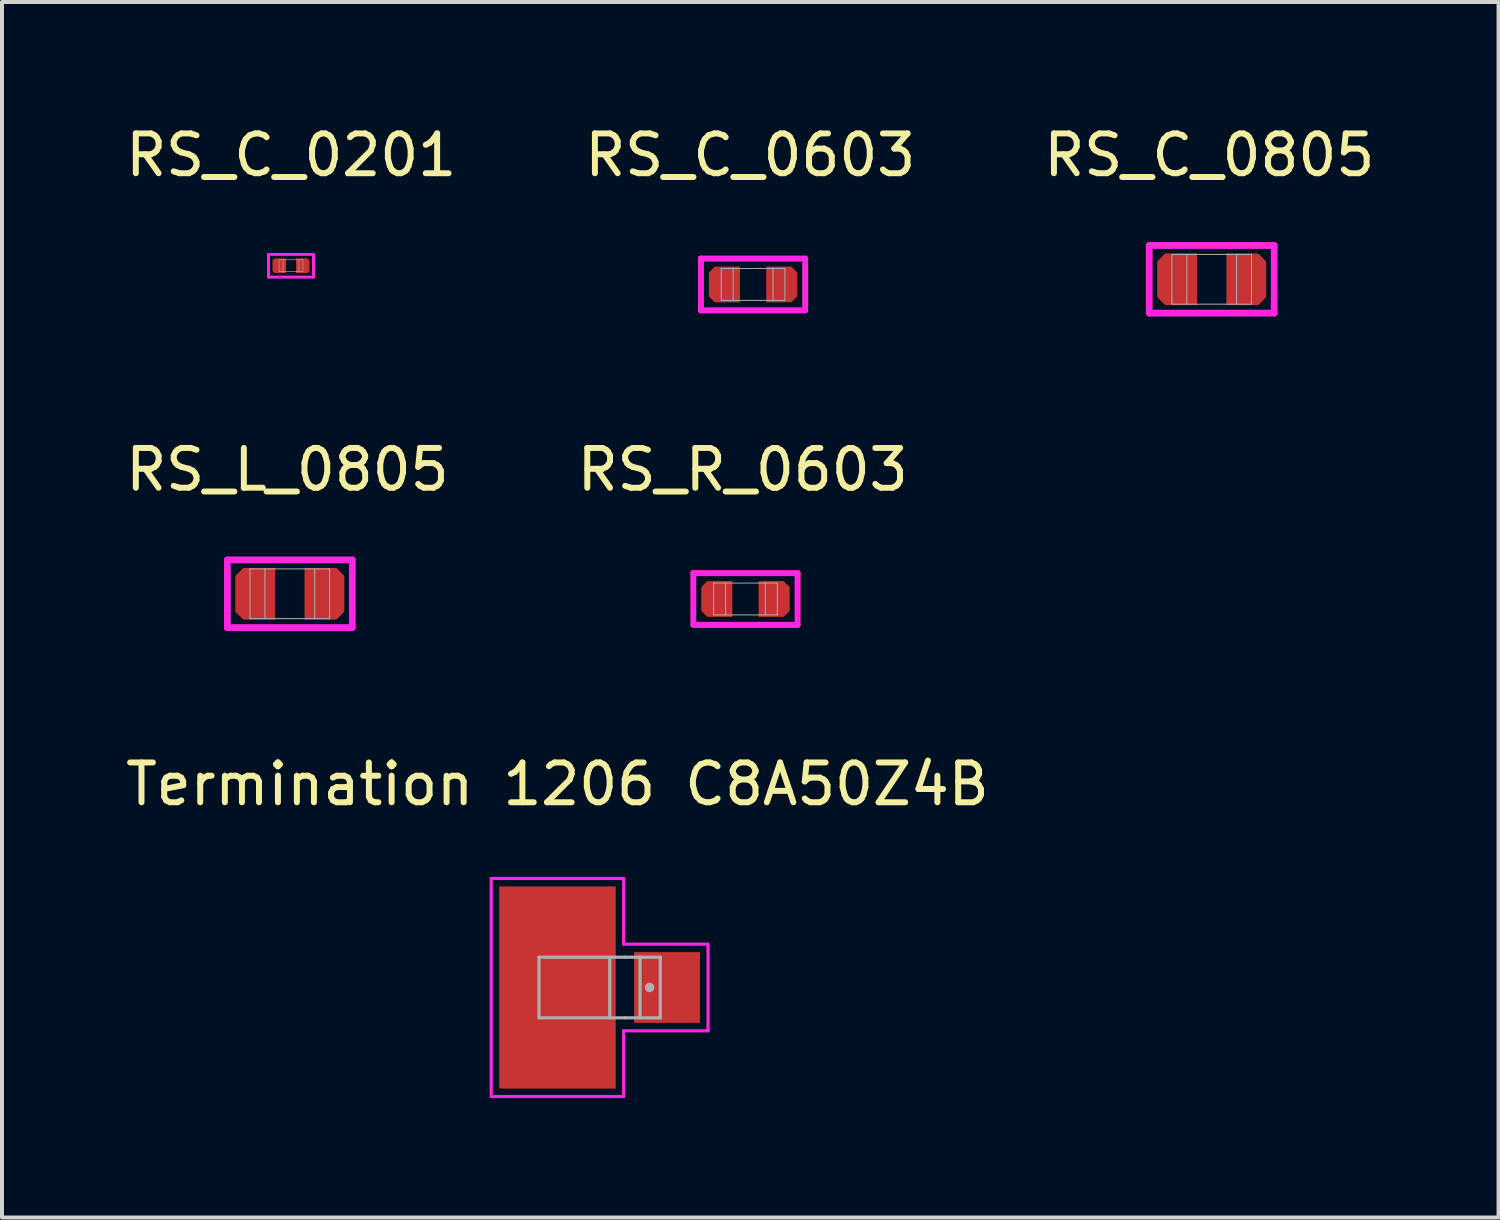
<source format=kicad_pcb>
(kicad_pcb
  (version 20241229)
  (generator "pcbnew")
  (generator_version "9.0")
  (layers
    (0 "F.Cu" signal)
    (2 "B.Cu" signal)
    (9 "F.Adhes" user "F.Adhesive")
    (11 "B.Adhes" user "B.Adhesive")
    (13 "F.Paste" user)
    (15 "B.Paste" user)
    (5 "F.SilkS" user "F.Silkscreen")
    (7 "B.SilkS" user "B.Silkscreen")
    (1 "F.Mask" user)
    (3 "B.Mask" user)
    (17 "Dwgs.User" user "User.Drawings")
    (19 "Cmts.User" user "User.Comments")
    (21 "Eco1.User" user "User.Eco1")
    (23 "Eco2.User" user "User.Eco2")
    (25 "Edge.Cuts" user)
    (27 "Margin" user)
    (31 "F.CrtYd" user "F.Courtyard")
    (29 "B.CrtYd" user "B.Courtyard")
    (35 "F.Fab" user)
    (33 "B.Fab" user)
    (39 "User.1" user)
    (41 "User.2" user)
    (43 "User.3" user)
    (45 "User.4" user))
  (footprint "RS_R_0603"
    (layer "F.Cu")
    (at 14.963 12.002)
    (property "Reference" "RS_R_0603" (at 0.65 -3.25 0) (layer "F.SilkS") (effects (font (size 1 1) (thickness 0.15))))
    (attr through_hole)
    (fp_line (start -0.59 -0.65) (end 2.03 -0.65) (stroke (width 0.15) (type solid)) (layer "F.CrtYd"))
    (fp_line (start -0.59 0.65) (end -0.59 -0.65) (stroke (width 0.15) (type solid)) (layer "F.CrtYd"))
    (fp_line (start 2.03 -0.65) (end 2.03 0.65) (stroke (width 0.15) (type solid)) (layer "F.CrtYd"))
    (fp_line (start 2.03 0.65) (end -0.59 0.65) (stroke (width 0.15) (type solid)) (layer "F.CrtYd"))
    (fp_line (start -0.08 -0.4) (end -0.08 0.4) (stroke (width 0.025) (type solid)) (layer "F.Fab"))
    (fp_line (start -0.08 0.4) (end 1.52 0.4) (stroke (width 0.025) (type solid)) (layer "F.Fab"))
    (fp_line (start 0.22 -0.4) (end 0.22 0.4) (stroke (width 0.025) (type solid)) (layer "F.Fab"))
    (fp_line (start 1.22 0.4) (end 1.22 -0.4) (stroke (width 0.025) (type solid)) (layer "F.Fab"))
    (fp_line (start 1.52 -0.4) (end -0.08 -0.4) (stroke (width 0.025) (type solid)) (layer "F.Fab"))
    (fp_line (start 1.52 0.4) (end 1.52 -0.4) (stroke (width 0.025) (type solid)) (layer "F.Fab"))
    (pad "1" smd custom (at 0 0) (size 0.4 0.4) (layers "F.Cu" "F.Mask" "F.Paste") (options (anchor rect)) (primitives (gr_poly (pts (xy 0.39 -0.45) (xy 0.39 0.45) (xy -0.24 0.45) (xy -0.39 0.3) (xy -0.39 -0.3) (xy -0.24 -0.45)) (width 0) (fill yes))))
    (pad "2" smd custom (at 1.44 0 180) (size 0.4 0.4) (layers "F.Cu" "F.Mask" "F.Paste") (options (anchor rect)) (primitives (gr_poly (pts (xy 0.39 -0.45) (xy 0.39 0.45) (xy -0.24 0.45) (xy -0.39 0.3) (xy -0.39 -0.3) (xy -0.24 -0.45)) (width 0) (fill yes)))))
  (footprint "RS_L_0805"
    (layer "F.Cu")
    (at 3.363 11.871)
    (property "Reference" "RS_L_0805" (at 0.81 -3.12 0) (layer "F.SilkS") (effects (font (size 1 1) (thickness 0.15))))
    (attr through_hole)
    (fp_line (start -0.7 -0.85) (end 2.44 -0.85) (stroke (width 0.17) (type solid)) (layer "F.CrtYd"))
    (fp_line (start -0.7 0.85) (end -0.7 -0.85) (stroke (width 0.17) (type solid)) (layer "F.CrtYd"))
    (fp_line (start 2.44 -0.85) (end 2.44 0.85) (stroke (width 0.17) (type solid)) (layer "F.CrtYd"))
    (fp_line (start 2.44 0.85) (end -0.7 0.85) (stroke (width 0.17) (type solid)) (layer "F.CrtYd"))
    (fp_line (start -0.13 -0.625) (end -0.13 0.625) (stroke (width 0.025) (type solid)) (layer "F.Fab"))
    (fp_line (start -0.13 0.625) (end 1.87 0.625) (stroke (width 0.025) (type solid)) (layer "F.Fab"))
    (fp_line (start 0.245 -0.625) (end 0.245 0.625) (stroke (width 0.025) (type solid)) (layer "F.Fab"))
    (fp_line (start 1.495 -0.625) (end 1.495 0.625) (stroke (width 0.025) (type solid)) (layer "F.Fab"))
    (fp_line (start 1.87 -0.625) (end -0.13 -0.625) (stroke (width 0.025) (type solid)) (layer "F.Fab"))
    (fp_line (start 1.87 0.625) (end 1.87 -0.625) (stroke (width 0.025) (type solid)) (layer "F.Fab"))
    (pad "1" smd custom (at 0 0) (size 0.5 0.5) (layers "F.Cu" "F.Mask" "F.Paste") (options (anchor rect)) (primitives (gr_poly (pts (xy 0.5 -0.65) (xy 0.5 0.65) (xy -0.3 0.65) (xy -0.5 0.45) (xy -0.5 -0.45) (xy -0.3 -0.65)) (width 0) (fill yes))))
    (pad "2" smd custom (at 1.74 0 180) (size 0.5 0.5) (layers "F.Cu" "F.Mask" "F.Paste") (options (anchor rect)) (primitives (gr_poly (pts (xy 0.5 -0.65) (xy 0.5 0.65) (xy -0.3 0.65) (xy -0.5 0.45) (xy -0.5 -0.45) (xy -0.3 -0.65)) (width 0) (fill yes)))))
  (footprint "RS_C_0201"
    (layer "F.Cu")
    (at 3.968 3.628)
    (property "Reference" "RS_C_0201" (at 0.3 -2.78 0) (layer "F.SilkS") (effects (font (size 1 1) (thickness 0.15))))
    (attr through_hole)
    (fp_line (start -0.27 -0.285) (end 0.86 -0.285) (stroke (width 0.075) (type solid)) (layer "F.CrtYd"))
    (fp_line (start -0.27 0.285) (end -0.27 -0.285) (stroke (width 0.075) (type solid)) (layer "F.CrtYd"))
    (fp_line (start 0.86 -0.285) (end 0.86 0.285) (stroke (width 0.075) (type solid)) (layer "F.CrtYd"))
    (fp_line (start 0.86 0.285) (end -0.27 0.285) (stroke (width 0.075) (type solid)) (layer "F.CrtYd"))
    (fp_line (start -0.005 -0.15) (end 0.595 -0.15) (stroke (width 0.015) (type solid)) (layer "F.Fab"))
    (fp_line (start -0.005 0.15) (end -0.005 -0.15) (stroke (width 0.015) (type solid)) (layer "F.Fab"))
    (fp_line (start 0.095 -0.15) (end 0.095 0.15) (stroke (width 0.015) (type solid)) (layer "F.Fab"))
    (fp_line (start 0.495 0.15) (end 0.495 -0.15) (stroke (width 0.015) (type solid)) (layer "F.Fab"))
    (fp_line (start 0.595 -0.15) (end 0.595 0.15) (stroke (width 0.015) (type solid)) (layer "F.Fab"))
    (fp_line (start 0.595 0.15) (end -0.005 0.15) (stroke (width 0.015) (type solid)) (layer "F.Fab"))
    (pad "1" smd custom (at 0 0) (size 0.2 0.2) (layers "F.Cu" "F.Mask" "F.Paste") (options (anchor rect)) (primitives (gr_poly (pts (xy 0.17 -0.185) (xy 0.17 0.185) (xy -0.12 0.185) (xy -0.17 0.135) (xy -0.17 -0.135) (xy -0.12 -0.185)) (width 0) (fill yes))))
    (pad "2" smd custom (at 0.59 0 180) (size 0.2 0.2) (layers "F.Cu" "F.Mask" "F.Paste") (options (anchor rect)) (primitives (gr_poly (pts (xy 0.17 -0.185) (xy 0.17 0.185) (xy -0.12 0.185) (xy -0.17 0.135) (xy -0.17 -0.135) (xy -0.12 -0.185)) (width 0) (fill yes)))))
  (footprint "RS_C_0805"
    (layer "F.Cu")
    (at 26.529 3.968)
    (property "Reference" "RS_C_0805" (at 0.81 -3.12 0) (layer "F.SilkS") (effects (font (size 1 1) (thickness 0.15))))
    (attr through_hole)
    (fp_line (start -0.7 -0.85) (end 2.44 -0.85) (stroke (width 0.17) (type solid)) (layer "F.CrtYd"))
    (fp_line (start -0.7 0.85) (end -0.7 -0.85) (stroke (width 0.17) (type solid)) (layer "F.CrtYd"))
    (fp_line (start 2.44 -0.85) (end 2.44 0.85) (stroke (width 0.17) (type solid)) (layer "F.CrtYd"))
    (fp_line (start 2.44 0.85) (end -0.7 0.85) (stroke (width 0.17) (type solid)) (layer "F.CrtYd"))
    (fp_line (start -0.13 -0.625) (end -0.13 0.625) (stroke (width 0.025) (type solid)) (layer "F.Fab"))
    (fp_line (start -0.13 0.625) (end 1.87 0.625) (stroke (width 0.025) (type solid)) (layer "F.Fab"))
    (fp_line (start 0.245 -0.625) (end 0.245 0.625) (stroke (width 0.025) (type solid)) (layer "F.Fab"))
    (fp_line (start 1.495 -0.625) (end 1.495 0.625) (stroke (width 0.025) (type solid)) (layer "F.Fab"))
    (fp_line (start 1.87 -0.625) (end -0.13 -0.625) (stroke (width 0.025) (type solid)) (layer "F.Fab"))
    (fp_line (start 1.87 0.625) (end 1.87 -0.625) (stroke (width 0.025) (type solid)) (layer "F.Fab"))
    (pad "1" smd custom (at 0 0) (size 0.5 0.5) (layers "F.Cu" "F.Mask" "F.Paste") (options (anchor rect)) (primitives (gr_poly (pts (xy 0.5 -0.65) (xy 0.5 0.65) (xy -0.3 0.65) (xy -0.5 0.45) (xy -0.5 -0.45) (xy -0.3 -0.65)) (width 0) (fill yes))))
    (pad "2" smd custom (at 1.74 0 180) (size 0.5 0.5) (layers "F.Cu" "F.Mask" "F.Paste") (options (anchor rect)) (primitives (gr_poly (pts (xy 0.5 -0.65) (xy 0.5 0.65) (xy -0.3 0.65) (xy -0.5 0.45) (xy -0.5 -0.45) (xy -0.3 -0.65)) (width 0) (fill yes)))))
  (footprint "RS_C_0603"
    (layer "F.Cu")
    (at 15.154 4.098)
    (property "Reference" "RS_C_0603" (at 0.65 -3.25 0) (layer "F.SilkS") (effects (font (size 1 1) (thickness 0.15))))
    (attr through_hole)
    (fp_line (start -0.59 -0.65) (end 2.03 -0.65) (stroke (width 0.15) (type solid)) (layer "F.CrtYd"))
    (fp_line (start -0.59 0.65) (end -0.59 -0.65) (stroke (width 0.15) (type solid)) (layer "F.CrtYd"))
    (fp_line (start 2.03 -0.65) (end 2.03 0.65) (stroke (width 0.15) (type solid)) (layer "F.CrtYd"))
    (fp_line (start 2.03 0.65) (end -0.59 0.65) (stroke (width 0.15) (type solid)) (layer "F.CrtYd"))
    (fp_line (start -0.08 -0.4) (end -0.08 0.4) (stroke (width 0.025) (type solid)) (layer "F.Fab"))
    (fp_line (start -0.08 0.4) (end 1.52 0.4) (stroke (width 0.025) (type solid)) (layer "F.Fab"))
    (fp_line (start 0.22 -0.4) (end 0.22 0.4) (stroke (width 0.025) (type solid)) (layer "F.Fab"))
    (fp_line (start 1.22 0.4) (end 1.22 -0.4) (stroke (width 0.025) (type solid)) (layer "F.Fab"))
    (fp_line (start 1.52 -0.4) (end -0.08 -0.4) (stroke (width 0.025) (type solid)) (layer "F.Fab"))
    (fp_line (start 1.52 0.4) (end 1.52 -0.4) (stroke (width 0.025) (type solid)) (layer "F.Fab"))
    (pad "1" smd custom (at 0 0) (size 0.4 0.4) (layers "F.Cu" "F.Mask" "F.Paste") (options (anchor rect)) (primitives (gr_poly (pts (xy 0.39 -0.45) (xy 0.39 0.45) (xy -0.24 0.45) (xy -0.39 0.3) (xy -0.39 -0.3) (xy -0.24 -0.45)) (width 0) (fill yes))))
    (pad "2" smd custom (at 1.44 0 180) (size 0.4 0.4) (layers "F.Cu" "F.Mask" "F.Paste") (options (anchor rect)) (primitives (gr_poly (pts (xy 0.39 -0.45) (xy 0.39 0.45) (xy -0.24 0.45) (xy -0.39 0.3) (xy -0.39 -0.3) (xy -0.24 -0.45)) (width 0) (fill yes)))))
  (footprint "Termination 1206 C8A50Z4B"
    (layer "F.Cu")
    (at 10.958 21.765)
    (property "Reference" "Termination 1206 C8A50Z4B" (at 0 -5.11 0) (layer "F.SilkS") (effects (font (size 1 1) (thickness 0.15))))
    (attr through_hole)
    (fp_line (start -1.664 -2.74) (end -1.664 2.74) (stroke (width 0.08) (type solid)) (layer "F.CrtYd"))
    (fp_line (start -1.664 2.74) (end 1.664 2.74) (stroke (width 0.08) (type solid)) (layer "F.CrtYd"))
    (fp_line (start 1.664 -2.74) (end -1.664 -2.74) (stroke (width 0.08) (type solid)) (layer "F.CrtYd"))
    (fp_line (start 1.664 -1.089) (end 1.664 -2.74) (stroke (width 0.08) (type solid)) (layer "F.CrtYd"))
    (fp_line (start 1.664 -1.089) (end 3.784 -1.089) (stroke (width 0.08) (type solid)) (layer "F.CrtYd"))
    (fp_line (start 1.664 2.74) (end 1.664 1.089) (stroke (width 0.08) (type solid)) (layer "F.CrtYd"))
    (fp_line (start 3.784 -1.089) (end 3.784 1.089) (stroke (width 0.08) (type solid)) (layer "F.CrtYd"))
    (fp_line (start 3.784 1.089) (end 1.664 1.089) (stroke (width 0.08) (type solid)) (layer "F.CrtYd"))
    (fp_line (start -0.464 -0.762) (end -0.464 0.762) (stroke (width 0.08) (type solid)) (layer "F.Fab"))
    (fp_line (start -0.464 0.762) (end 1.695 0.762) (stroke (width 0.08) (type solid)) (layer "F.Fab"))
    (fp_line (start 1.314 -0.762) (end 1.314 0.762) (stroke (width 0.08) (type solid)) (layer "F.Fab"))
    (fp_line (start 1.695 -0.762) (end -0.464 -0.762) (stroke (width 0.08) (type solid)) (layer "F.Fab"))
    (fp_line (start 1.695 -0.762) (end 2.584 -0.762) (stroke (width 0.08) (type solid)) (layer "F.Fab"))
    (fp_line (start 2.076 -0.762) (end 2.076 0.762) (stroke (width 0.08) (type solid)) (layer "F.Fab"))
    (fp_line (start 2.584 -0.762) (end 2.584 0.762) (stroke (width 0.08) (type solid)) (layer "F.Fab"))
    (fp_line (start 2.584 0.762) (end 1.695 0.762) (stroke (width 0.08) (type solid)) (layer "F.Fab"))
    (fp_circle (center 2.314 0) (end 2.314 0) (stroke (width 0.12) (type solid)) (fill no) (layer "F.Fab"))
    (pad "1" smd rect (at 0 0) (size 2.928 5.08) (layers "F.Cu" "F.Mask" "F.Paste"))
    (pad "2" smd rect (at 2.755 0) (size 1.658 1.778) (layers "F.Cu" "F.Mask" "F.Paste")))
  (gr_rect
    (start -3 -3)
    (end 34.607 27.545)
    (stroke (width 0.1) (type default))
    (fill no)
    (layer "Edge.Cuts")))
</source>
